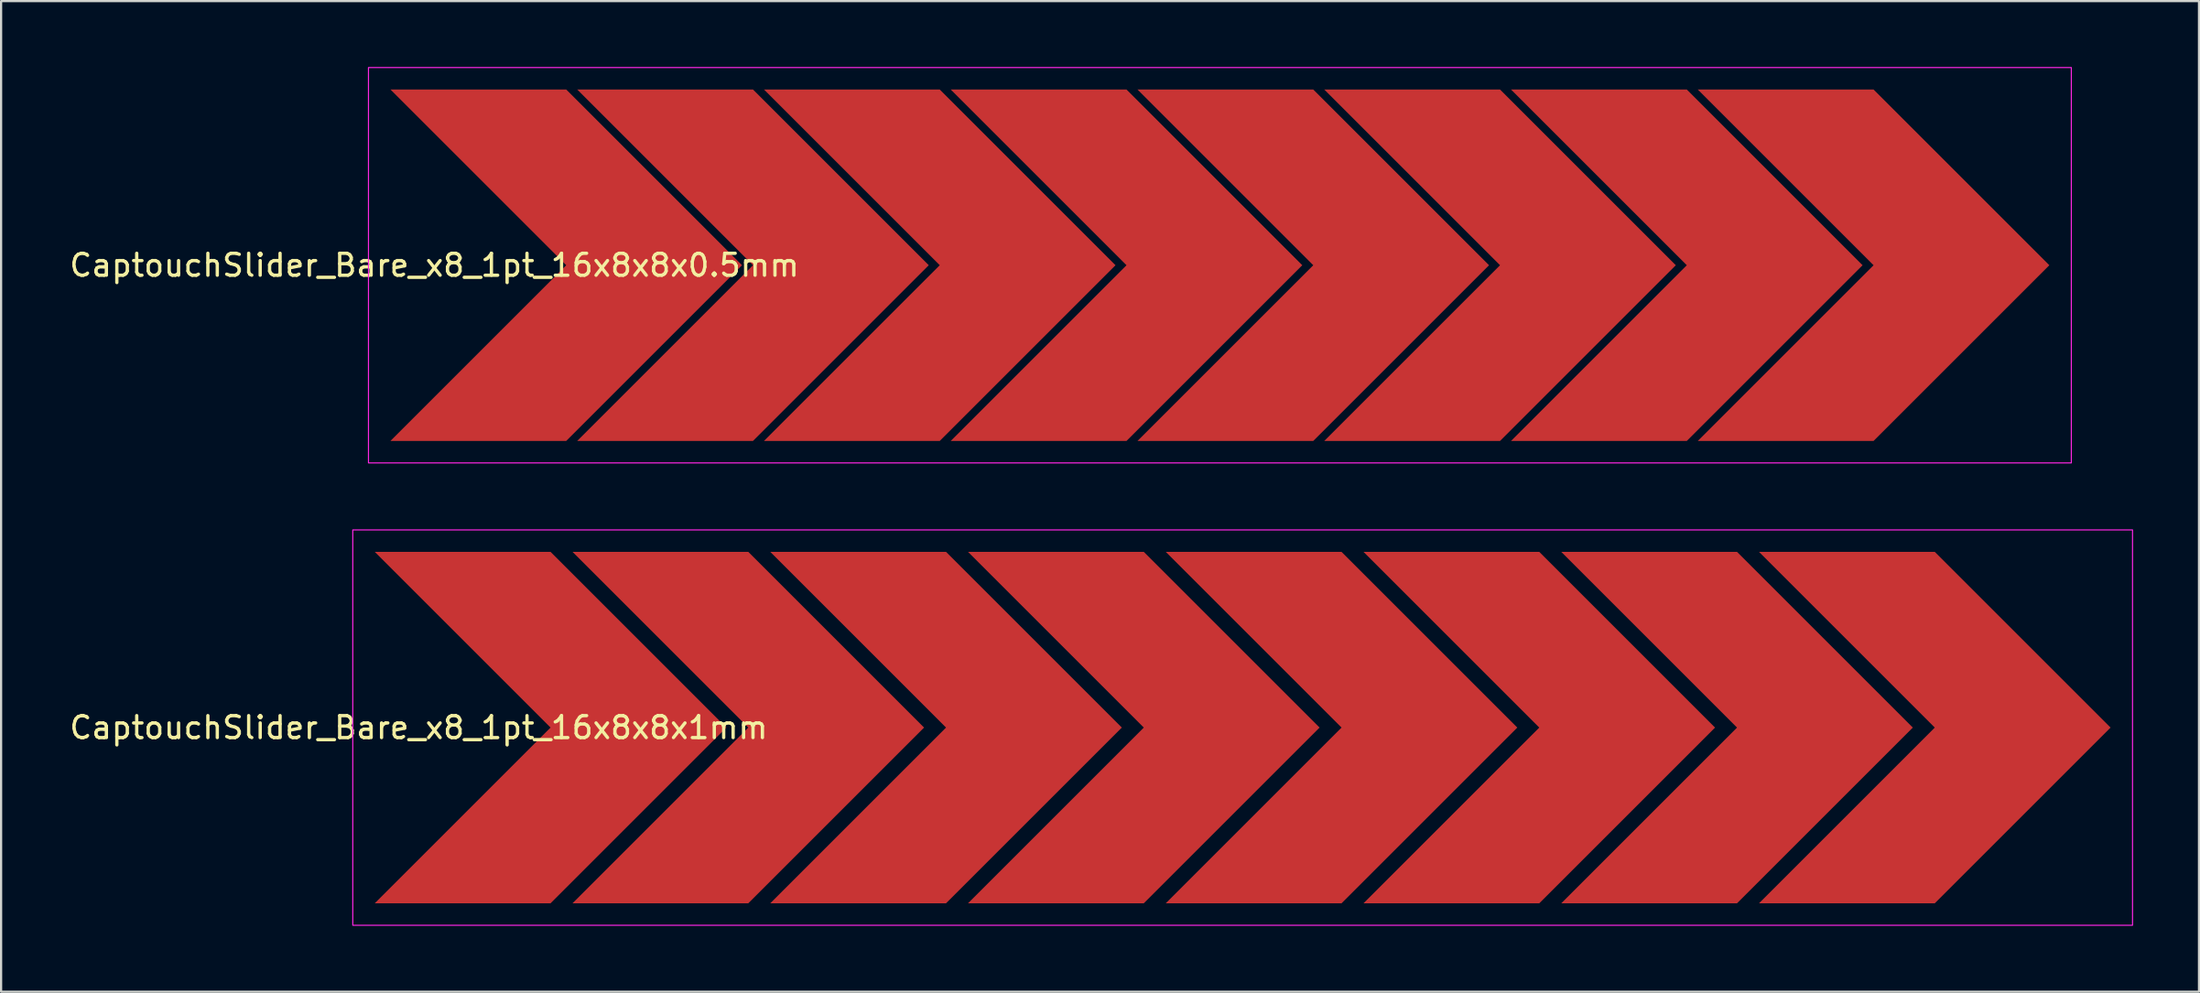
<source format=kicad_pcb>
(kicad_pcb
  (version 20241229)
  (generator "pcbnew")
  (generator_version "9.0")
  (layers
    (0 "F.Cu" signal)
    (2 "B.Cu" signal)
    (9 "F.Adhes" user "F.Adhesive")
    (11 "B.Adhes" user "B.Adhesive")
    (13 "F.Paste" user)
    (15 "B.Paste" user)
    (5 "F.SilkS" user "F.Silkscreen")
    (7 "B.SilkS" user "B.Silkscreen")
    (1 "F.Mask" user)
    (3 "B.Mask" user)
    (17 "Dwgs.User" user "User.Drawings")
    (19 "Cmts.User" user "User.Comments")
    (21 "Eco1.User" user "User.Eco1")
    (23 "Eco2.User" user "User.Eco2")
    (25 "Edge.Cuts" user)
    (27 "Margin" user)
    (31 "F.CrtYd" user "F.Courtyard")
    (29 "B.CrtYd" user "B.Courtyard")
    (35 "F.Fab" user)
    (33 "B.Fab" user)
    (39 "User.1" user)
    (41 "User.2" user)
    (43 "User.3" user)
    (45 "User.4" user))
  (footprint "CaptouchSlider_Bare_x8_1pt_16x8x8x0.5mm"
    (layer "F.Cu")
    (at 22.72 9.025)
    (property "Reference" "CaptouchSlider_Bare_x8_1pt_16x8x8x0.5mm" (at -6 0 0) (layer "F.SilkS") (effects (font (size 1 1) (thickness 0.15))))
    (attr exclude_from_pos_files exclude_from_bom)
    (fp_poly (pts (xy 67.5 0) (xy 67.5 8) (xy -8 8) (xy -8 0) (xy -8 -8) (xy 67.5 -8)) (stroke (width 2) (type solid)) (fill yes) (layer "F.Mask"))
    (fp_rect (start -9 -9) (end 68.5 9) (stroke (width 0.05) (type solid)) (fill no) (layer "F.CrtYd"))
    (pad "1" smd custom (at 11.5 0 90) (size 1.5 1.5) (layers "F.Cu") (options (anchor circle)) (primitives (gr_poly (pts (xy 0 -3) (xy 8 -11) (xy 8 -3) (xy 0 5) (xy -8 -3) (xy -8 -11)) (width 0) (fill yes))))
    (pad "2" smd custom (at 20 0 90) (size 1.5 1.5) (layers "F.Cu") (options (anchor circle)) (primitives (gr_poly (pts (xy 0 -3) (xy 8 -11) (xy 8 -3) (xy 0 5) (xy -8 -3) (xy -8 -11)) (width 0) (fill yes))))
    (pad "3" smd custom (at 28.5 0 90) (size 1.5 1.5) (layers "F.Cu") (options (anchor circle)) (primitives (gr_poly (pts (xy 0 -3) (xy 8 -11) (xy 8 -3) (xy 0 5) (xy -8 -3) (xy -8 -11)) (width 0) (fill yes))))
    (pad "4" smd custom (at 37 0 90) (size 1.5 1.5) (layers "F.Cu") (options (anchor circle)) (primitives (gr_poly (pts (xy 0 -3) (xy 8 -11) (xy 8 -3) (xy 0 5) (xy -8 -3) (xy -8 -11)) (width 0) (fill yes))))
    (pad "5" smd custom (at 45.5 0 90) (size 1.5 1.5) (layers "F.Cu") (options (anchor circle)) (primitives (gr_poly (pts (xy 0 -3) (xy 8 -11) (xy 8 -3) (xy 0 5) (xy -8 -3) (xy -8 -11)) (width 0) (fill yes))))
    (pad "6" smd custom (at 54 0 90) (size 1.5 1.5) (layers "F.Cu") (options (anchor circle)) (primitives (gr_poly (pts (xy 0 -3) (xy 8 -11) (xy 8 -3) (xy 0 5) (xy -8 -3) (xy -8 -11)) (width 0) (fill yes))))
    (pad "7" smd custom (at 62.5 0 90) (size 1.5 1.5) (layers "F.Cu") (options (anchor circle)) (primitives (gr_poly (pts (xy 0 -3) (xy 8 -11) (xy 8 -3) (xy 0 5) (xy -8 -3) (xy -8 -11)) (width 0) (fill yes))))
    (pad "8" smd custom (at 3 0 90) (size 1.5 1.5) (layers "F.Cu") (options (anchor circle)) (primitives (gr_poly (pts (xy 0 5) (xy -8 -3) (xy -8 -11) (xy 0 -3) (xy 8 -11) (xy 8 -3)) (width 0) (fill yes))))
    (zone (net_name "") (layers "F.Cu" "B.Cu") (hatch edge 0.508) (connect_pads) (min_thickness 0.254) (filled_areas_thickness no) (keepout (tracks not_allowed) (vias not_allowed) (pads not_allowed) (copperpour not_allowed) (footprints not_allowed)) (placement (enabled no)) (fill) (polygon (pts (xy 22.72 9.025) (xy 14.72 17.025) (xy 14.22 17.025) (xy 22.22 9.025) (xy 14.22 1.025) (xy 14.72 1.025))))
    (zone (net_name "") (layers "F.Cu" "B.Cu") (hatch edge 0.508) (connect_pads) (min_thickness 0.254) (filled_areas_thickness no) (keepout (tracks not_allowed) (vias not_allowed) (pads not_allowed) (copperpour not_allowed) (footprints not_allowed)) (placement (enabled no)) (fill) (polygon (pts (xy 31.22 9.025) (xy 23.22 17.025) (xy 22.72 17.025) (xy 30.72 9.025) (xy 22.72 1.025) (xy 23.22 1.025))))
    (zone (net_name "") (layers "F.Cu" "B.Cu") (hatch edge 0.508) (connect_pads) (min_thickness 0.254) (filled_areas_thickness no) (keepout (tracks not_allowed) (vias not_allowed) (pads not_allowed) (copperpour not_allowed) (footprints not_allowed)) (placement (enabled no)) (fill) (polygon (pts (xy 39.72 9.025) (xy 31.72 17.025) (xy 31.22 17.025) (xy 39.22 9.025) (xy 31.22 1.025) (xy 31.72 1.025))))
    (zone (net_name "") (layers "F.Cu" "B.Cu") (hatch edge 0.508) (connect_pads) (min_thickness 0.254) (filled_areas_thickness no) (keepout (tracks not_allowed) (vias not_allowed) (pads not_allowed) (copperpour not_allowed) (footprints not_allowed)) (placement (enabled no)) (fill) (polygon (pts (xy 48.22 9.025) (xy 40.22 17.025) (xy 39.72 17.025) (xy 47.72 9.025) (xy 39.72 1.025) (xy 40.22 1.025))))
    (zone (net_name "") (layers "F.Cu" "B.Cu") (hatch edge 0.508) (connect_pads) (min_thickness 0.254) (filled_areas_thickness no) (keepout (tracks not_allowed) (vias not_allowed) (pads not_allowed) (copperpour not_allowed) (footprints not_allowed)) (placement (enabled no)) (fill) (polygon (pts (xy 56.72 9.025) (xy 48.72 17.025) (xy 48.22 17.025) (xy 56.22 9.025) (xy 48.22 1.025) (xy 48.72 1.025))))
    (zone (net_name "") (layers "F.Cu" "B.Cu") (hatch edge 0.508) (connect_pads) (min_thickness 0.254) (filled_areas_thickness no) (keepout (tracks not_allowed) (vias not_allowed) (pads not_allowed) (copperpour not_allowed) (footprints not_allowed)) (placement (enabled no)) (fill) (polygon (pts (xy 65.22 9.025) (xy 57.22 17.025) (xy 56.72 17.025) (xy 64.72 9.025) (xy 56.72 1.025) (xy 57.22 1.025))))
    (zone (net_name "") (layers "F.Cu" "B.Cu") (hatch edge 0.508) (connect_pads) (min_thickness 0.254) (filled_areas_thickness no) (keepout (tracks not_allowed) (vias not_allowed) (pads not_allowed) (copperpour not_allowed) (footprints not_allowed)) (placement (enabled no)) (fill) (polygon (pts (xy 73.72 9.025) (xy 65.72 17.025) (xy 65.22 17.025) (xy 73.22 9.025) (xy 65.22 1.025) (xy 65.72 1.025))))
    (zone (net_name "") (layers "F.Cu" "B.Cu") (hatch edge 0.508) (connect_pads) (min_thickness 0.254) (filled_areas_thickness no) (keepout (tracks not_allowed) (vias not_allowed) (pads not_allowed) (copperpour not_allowed) (footprints not_allowed)) (placement (enabled no)) (fill) (polygon (pts (xy 82.22 9.025) (xy 74.22 17.025) (xy 73.72 17.025) (xy 81.72 9.025) (xy 73.72 1.025) (xy 74.22 1.025))))
    (zone (net_name "") (layers "F.Cu" "B.Cu") (hatch edge 0.508) (connect_pads) (min_thickness 0.254) (filled_areas_thickness no) (keepout (tracks not_allowed) (vias not_allowed) (pads not_allowed) (copperpour not_allowed) (footprints not_allowed)) (placement (enabled no)) (fill) (polygon (pts (xy 90.72 9.025) (xy 82.72 17.025) (xy 82.22 17.025) (xy 90.22 9.025) (xy 82.22 1.025) (xy 82.72 1.025)))))
  (footprint "CaptouchSlider_Bare_x8_1pt_16x8x8x1mm"
    (layer "F.Cu")
    (at 22.006 30.075)
    (property "Reference" "CaptouchSlider_Bare_x8_1pt_16x8x8x1mm" (at -6 0 0) (layer "F.SilkS") (effects (font (size 1 1) (thickness 0.15))))
    (attr exclude_from_pos_files exclude_from_bom)
    (fp_poly (pts (xy 71 0) (xy 71 8) (xy -8 8) (xy -8 -0.5) (xy -8 -8) (xy 71 -8)) (stroke (width 2) (type solid)) (fill yes) (layer "F.Mask"))
    (fp_rect (start -9 -9) (end 72 9) (stroke (width 0.05) (type solid)) (fill no) (layer "F.CrtYd"))
    (pad "1" smd custom (at 12 0 90) (size 1.5 1.5) (layers "F.Cu") (options (anchor circle)) (primitives (gr_poly (pts (xy 0 -3) (xy 8 -11) (xy 8 -3) (xy 0 5) (xy -8 -3) (xy -8 -11)) (width 0) (fill yes))))
    (pad "2" smd custom (at 21 0 90) (size 1.5 1.5) (layers "F.Cu") (options (anchor circle)) (primitives (gr_poly (pts (xy 0 -3) (xy 8 -11) (xy 8 -3) (xy 0 5) (xy -8 -3) (xy -8 -11)) (width 0) (fill yes))))
    (pad "3" smd custom (at 30 0 90) (size 1.5 1.5) (layers "F.Cu") (options (anchor circle)) (primitives (gr_poly (pts (xy 0 5) (xy -8 -3) (xy -8 -11) (xy 0 -3) (xy 8 -11) (xy 8 -3)) (width 0) (fill yes))))
    (pad "4" smd custom (at 39 0 90) (size 1.5 1.5) (layers "F.Cu") (options (anchor circle)) (primitives (gr_poly (pts (xy 0 5) (xy -8 -3) (xy -8 -11) (xy 0 -3) (xy 8 -11) (xy 8 -3)) (width 0) (fill yes))))
    (pad "5" smd custom (at 48 0 90) (size 1.5 1.5) (layers "F.Cu") (options (anchor circle)) (primitives (gr_poly (pts (xy 0 5) (xy -8 -3) (xy -8 -11) (xy 0 -3) (xy 8 -11) (xy 8 -3)) (width 0) (fill yes))))
    (pad "6" smd custom (at 57 0 90) (size 1.5 1.5) (layers "F.Cu") (options (anchor circle)) (primitives (gr_poly (pts (xy 0 5) (xy -8 -3) (xy -8 -11) (xy 0 -3) (xy 8 -11) (xy 8 -3)) (width 0) (fill yes))))
    (pad "7" smd custom (at 66 0 90) (size 1.5 1.5) (layers "F.Cu") (options (anchor circle)) (primitives (gr_poly (pts (xy 0 5) (xy -8 -3) (xy -8 -11) (xy 0 -3) (xy 8 -11) (xy 8 -3)) (width 0) (fill yes))))
    (pad "8" smd custom (at 3 0 90) (size 1.5 1.5) (layers "F.Cu") (options (anchor circle)) (primitives (gr_poly (pts (xy 0 -3) (xy 8 -11) (xy 8 -3) (xy 0 5) (xy -8 -3) (xy -8 -11)) (width 0) (fill yes))))
    (zone (net_name "") (layers "F.Cu" "B.Cu") (hatch edge 0.508) (connect_pads) (min_thickness 0.254) (filled_areas_thickness no) (keepout (tracks not_allowed) (vias not_allowed) (pads not_allowed) (copperpour not_allowed) (footprints not_allowed)) (placement (enabled no)) (fill) (polygon (pts (xy 22.006 30.075) (xy 14.006 38.075) (xy 13.006 38.075) (xy 21.006 30.075) (xy 13.006 22.075) (xy 14.006 22.075))))
    (zone (net_name "") (layers "F.Cu" "B.Cu") (hatch edge 0.508) (connect_pads) (min_thickness 0.254) (filled_areas_thickness no) (keepout (tracks not_allowed) (vias not_allowed) (pads not_allowed) (copperpour not_allowed) (footprints not_allowed)) (placement (enabled no)) (fill) (polygon (pts (xy 31.006 30.075) (xy 23.006 38.075) (xy 22.006 38.075) (xy 30.006 30.075) (xy 22.006 22.075) (xy 23.006 22.075))))
    (zone (net_name "") (layers "F.Cu" "B.Cu") (hatch edge 0.508) (connect_pads) (min_thickness 0.254) (filled_areas_thickness no) (keepout (tracks not_allowed) (vias not_allowed) (pads not_allowed) (copperpour not_allowed) (footprints not_allowed)) (placement (enabled no)) (fill) (polygon (pts (xy 40.006 30.075) (xy 32.006 38.075) (xy 31.006 38.075) (xy 39.006 30.075) (xy 31.006 22.075) (xy 32.006 22.075))))
    (zone (net_name "") (layers "F.Cu" "B.Cu") (hatch edge 0.508) (connect_pads) (min_thickness 0.254) (filled_areas_thickness no) (keepout (tracks not_allowed) (vias not_allowed) (pads not_allowed) (copperpour not_allowed) (footprints not_allowed)) (placement (enabled no)) (fill) (polygon (pts (xy 49.006 30.075) (xy 41.006 38.075) (xy 40.006 38.075) (xy 48.006 30.075) (xy 40.006 22.075) (xy 41.006 22.075))))
    (zone (net_name "") (layers "F.Cu" "B.Cu") (hatch edge 0.508) (connect_pads) (min_thickness 0.254) (filled_areas_thickness no) (keepout (tracks not_allowed) (vias not_allowed) (pads not_allowed) (copperpour not_allowed) (footprints not_allowed)) (placement (enabled no)) (fill) (polygon (pts (xy 58.006 30.075) (xy 50.006 38.075) (xy 49.006 38.075) (xy 57.006 30.075) (xy 49.006 22.075) (xy 50.006 22.075))))
    (zone (net_name "") (layers "F.Cu" "B.Cu") (hatch edge 0.508) (connect_pads) (min_thickness 0.254) (filled_areas_thickness no) (keepout (tracks not_allowed) (vias not_allowed) (pads not_allowed) (copperpour not_allowed) (footprints not_allowed)) (placement (enabled no)) (fill) (polygon (pts (xy 67.006 30.075) (xy 59.006 38.075) (xy 58.006 38.075) (xy 66.006 30.075) (xy 58.006 22.075) (xy 59.006 22.075))))
    (zone (net_name "") (layers "F.Cu" "B.Cu") (hatch edge 0.508) (connect_pads) (min_thickness 0.254) (filled_areas_thickness no) (keepout (tracks not_allowed) (vias not_allowed) (pads not_allowed) (copperpour not_allowed) (footprints not_allowed)) (placement (enabled no)) (fill) (polygon (pts (xy 76.006 30.075) (xy 68.006 38.075) (xy 67.006 38.075) (xy 75.006 30.075) (xy 67.006 22.075) (xy 68.006 22.075))))
    (zone (net_name "") (layers "F.Cu" "B.Cu") (hatch edge 0.508) (connect_pads) (min_thickness 0.254) (filled_areas_thickness no) (keepout (tracks not_allowed) (vias not_allowed) (pads not_allowed) (copperpour not_allowed) (footprints not_allowed)) (placement (enabled no)) (fill) (polygon (pts (xy 85.006 30.075) (xy 77.006 38.075) (xy 76.006 38.075) (xy 84.006 30.075) (xy 76.006 22.075) (xy 77.006 22.075))))
    (zone (net_name "") (layers "F.Cu" "B.Cu") (hatch edge 0.508) (connect_pads) (min_thickness 0.254) (filled_areas_thickness no) (keepout (tracks not_allowed) (vias not_allowed) (pads not_allowed) (copperpour not_allowed) (footprints not_allowed)) (placement (enabled no)) (fill) (polygon (pts (xy 94.006 30.075) (xy 86.006 38.075) (xy 85.006 38.075) (xy 93.006 30.075) (xy 85.006 22.075) (xy 86.006 22.075)))))
  (gr_rect
    (start -3 -3)
    (end 97.031 42.1)
    (stroke (width 0.1) (type default))
    (fill no)
    (layer "Edge.Cuts")))
</source>
